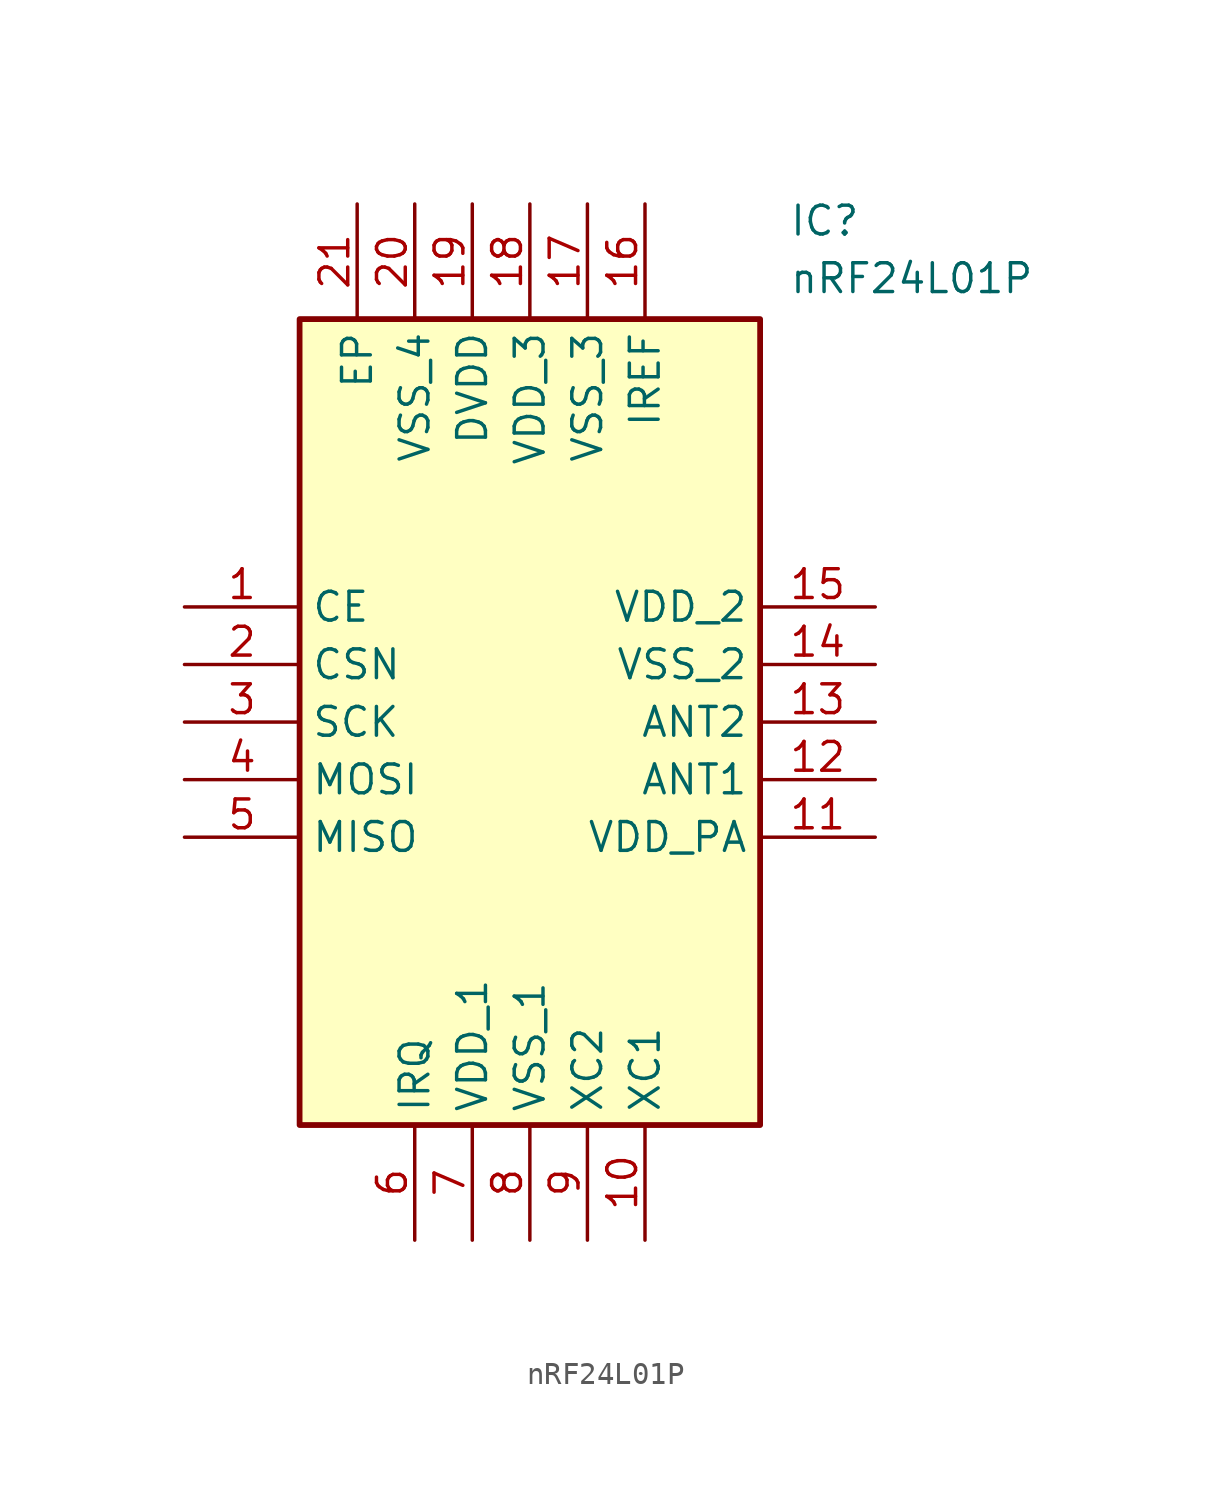
<source format=kicad_sym>
(kicad_symbol_lib
  (version 20211014)
  (generator SamacSys_ECAD_Model)
  (symbol "nRF24L01P"
    (property "Reference" "IC"
      (at 26.67 17.78 0)
      (effects (font (size 1.27 1.27)) (justify left top)))
    (property "Value" "nRF24L01P"
      (at 26.67 15.24 0)
      (effects (font (size 1.27 1.27)) (justify left top)))
    (rectangle
      (start 5.08 12.7)
      (end 25.4 -22.86)
      (stroke (width 0.254) (type default))
      (fill (type background)))
    (pin passive line
      (at 0 0 0)
      (length 5.08)
      (name "CE" (effects (font (size 1.27 1.27))))
      (number "1" (effects (font (size 1.27 1.27)))))
    (pin input line
      (at 0 -2.54 0)
      (length 5.08)
      (name "CSN" (effects (font (size 1.27 1.27))))
      (number "2" (effects (font (size 1.27 1.27)))))
    (pin passive line
      (at 0 -5.08 0)
      (length 5.08)
      (name "SCK" (effects (font (size 1.27 1.27))))
      (number "3" (effects (font (size 1.27 1.27)))))
    (pin passive line
      (at 0 -7.62 0)
      (length 5.08)
      (name "MOSI" (effects (font (size 1.27 1.27))))
      (number "4" (effects (font (size 1.27 1.27)))))
    (pin passive line
      (at 0 -10.16 0)
      (length 5.08)
      (name "MISO" (effects (font (size 1.27 1.27))))
      (number "5" (effects (font (size 1.27 1.27)))))
    (pin passive line
      (at 10.16 -27.94 90)
      (length 5.08)
      (name "IRQ" (effects (font (size 1.27 1.27))))
      (number "6" (effects (font (size 1.27 1.27)))))
    (pin power_in line
      (at 12.7 -27.94 90)
      (length 5.08)
      (name "VDD_1" (effects (font (size 1.27 1.27))))
      (number "7" (effects (font (size 1.27 1.27)))))
    (pin power_in line
      (at 15.24 -27.94 90)
      (length 5.08)
      (name "VSS_1" (effects (font (size 1.27 1.27))))
      (number "8" (effects (font (size 1.27 1.27)))))
    (pin passive line
      (at 17.78 -27.94 90)
      (length 5.08)
      (name "XC2" (effects (font (size 1.27 1.27))))
      (number "9" (effects (font (size 1.27 1.27)))))
    (pin passive line
      (at 20.32 -27.94 90)
      (length 5.08)
      (name "XC1" (effects (font (size 1.27 1.27))))
      (number "10" (effects (font (size 1.27 1.27)))))
    (pin power_in line
      (at 30.48 0 180)
      (length 5.08)
      (name "VDD_2" (effects (font (size 1.27 1.27))))
      (number "15" (effects (font (size 1.27 1.27)))))
    (pin power_in line
      (at 30.48 -2.54 180)
      (length 5.08)
      (name "VSS_2" (effects (font (size 1.27 1.27))))
      (number "14" (effects (font (size 1.27 1.27)))))
    (pin passive line
      (at 30.48 -5.08 180)
      (length 5.08)
      (name "ANT2" (effects (font (size 1.27 1.27))))
      (number "13" (effects (font (size 1.27 1.27)))))
    (pin passive line
      (at 30.48 -7.62 180)
      (length 5.08)
      (name "ANT1" (effects (font (size 1.27 1.27))))
      (number "12" (effects (font (size 1.27 1.27)))))
    (pin power_in line
      (at 30.48 -10.16 180)
      (length 5.08)
      (name "VDD_PA" (effects (font (size 1.27 1.27))))
      (number "11" (effects (font (size 1.27 1.27)))))
    (pin passive line
      (at 7.62 17.78 270)
      (length 5.08)
      (name "EP" (effects (font (size 1.27 1.27))))
      (number "21" (effects (font (size 1.27 1.27)))))
    (pin power_in line
      (at 10.16 17.78 270)
      (length 5.08)
      (name "VSS_4" (effects (font (size 1.27 1.27))))
      (number "20" (effects (font (size 1.27 1.27)))))
    (pin power_in line
      (at 12.7 17.78 270)
      (length 5.08)
      (name "DVDD" (effects (font (size 1.27 1.27))))
      (number "19" (effects (font (size 1.27 1.27)))))
    (pin power_in line
      (at 15.24 17.78 270)
      (length 5.08)
      (name "VDD_3" (effects (font (size 1.27 1.27))))
      (number "18" (effects (font (size 1.27 1.27)))))
    (pin power_in line
      (at 17.78 17.78 270)
      (length 5.08)
      (name "VSS_3" (effects (font (size 1.27 1.27))))
      (number "17" (effects (font (size 1.27 1.27)))))
    (pin input line
      (at 20.32 17.78 270)
      (length 5.08)
      (name "IREF" (effects (font (size 1.27 1.27))))
      (number "16" (effects (font (size 1.27 1.27)))))))
</source>
